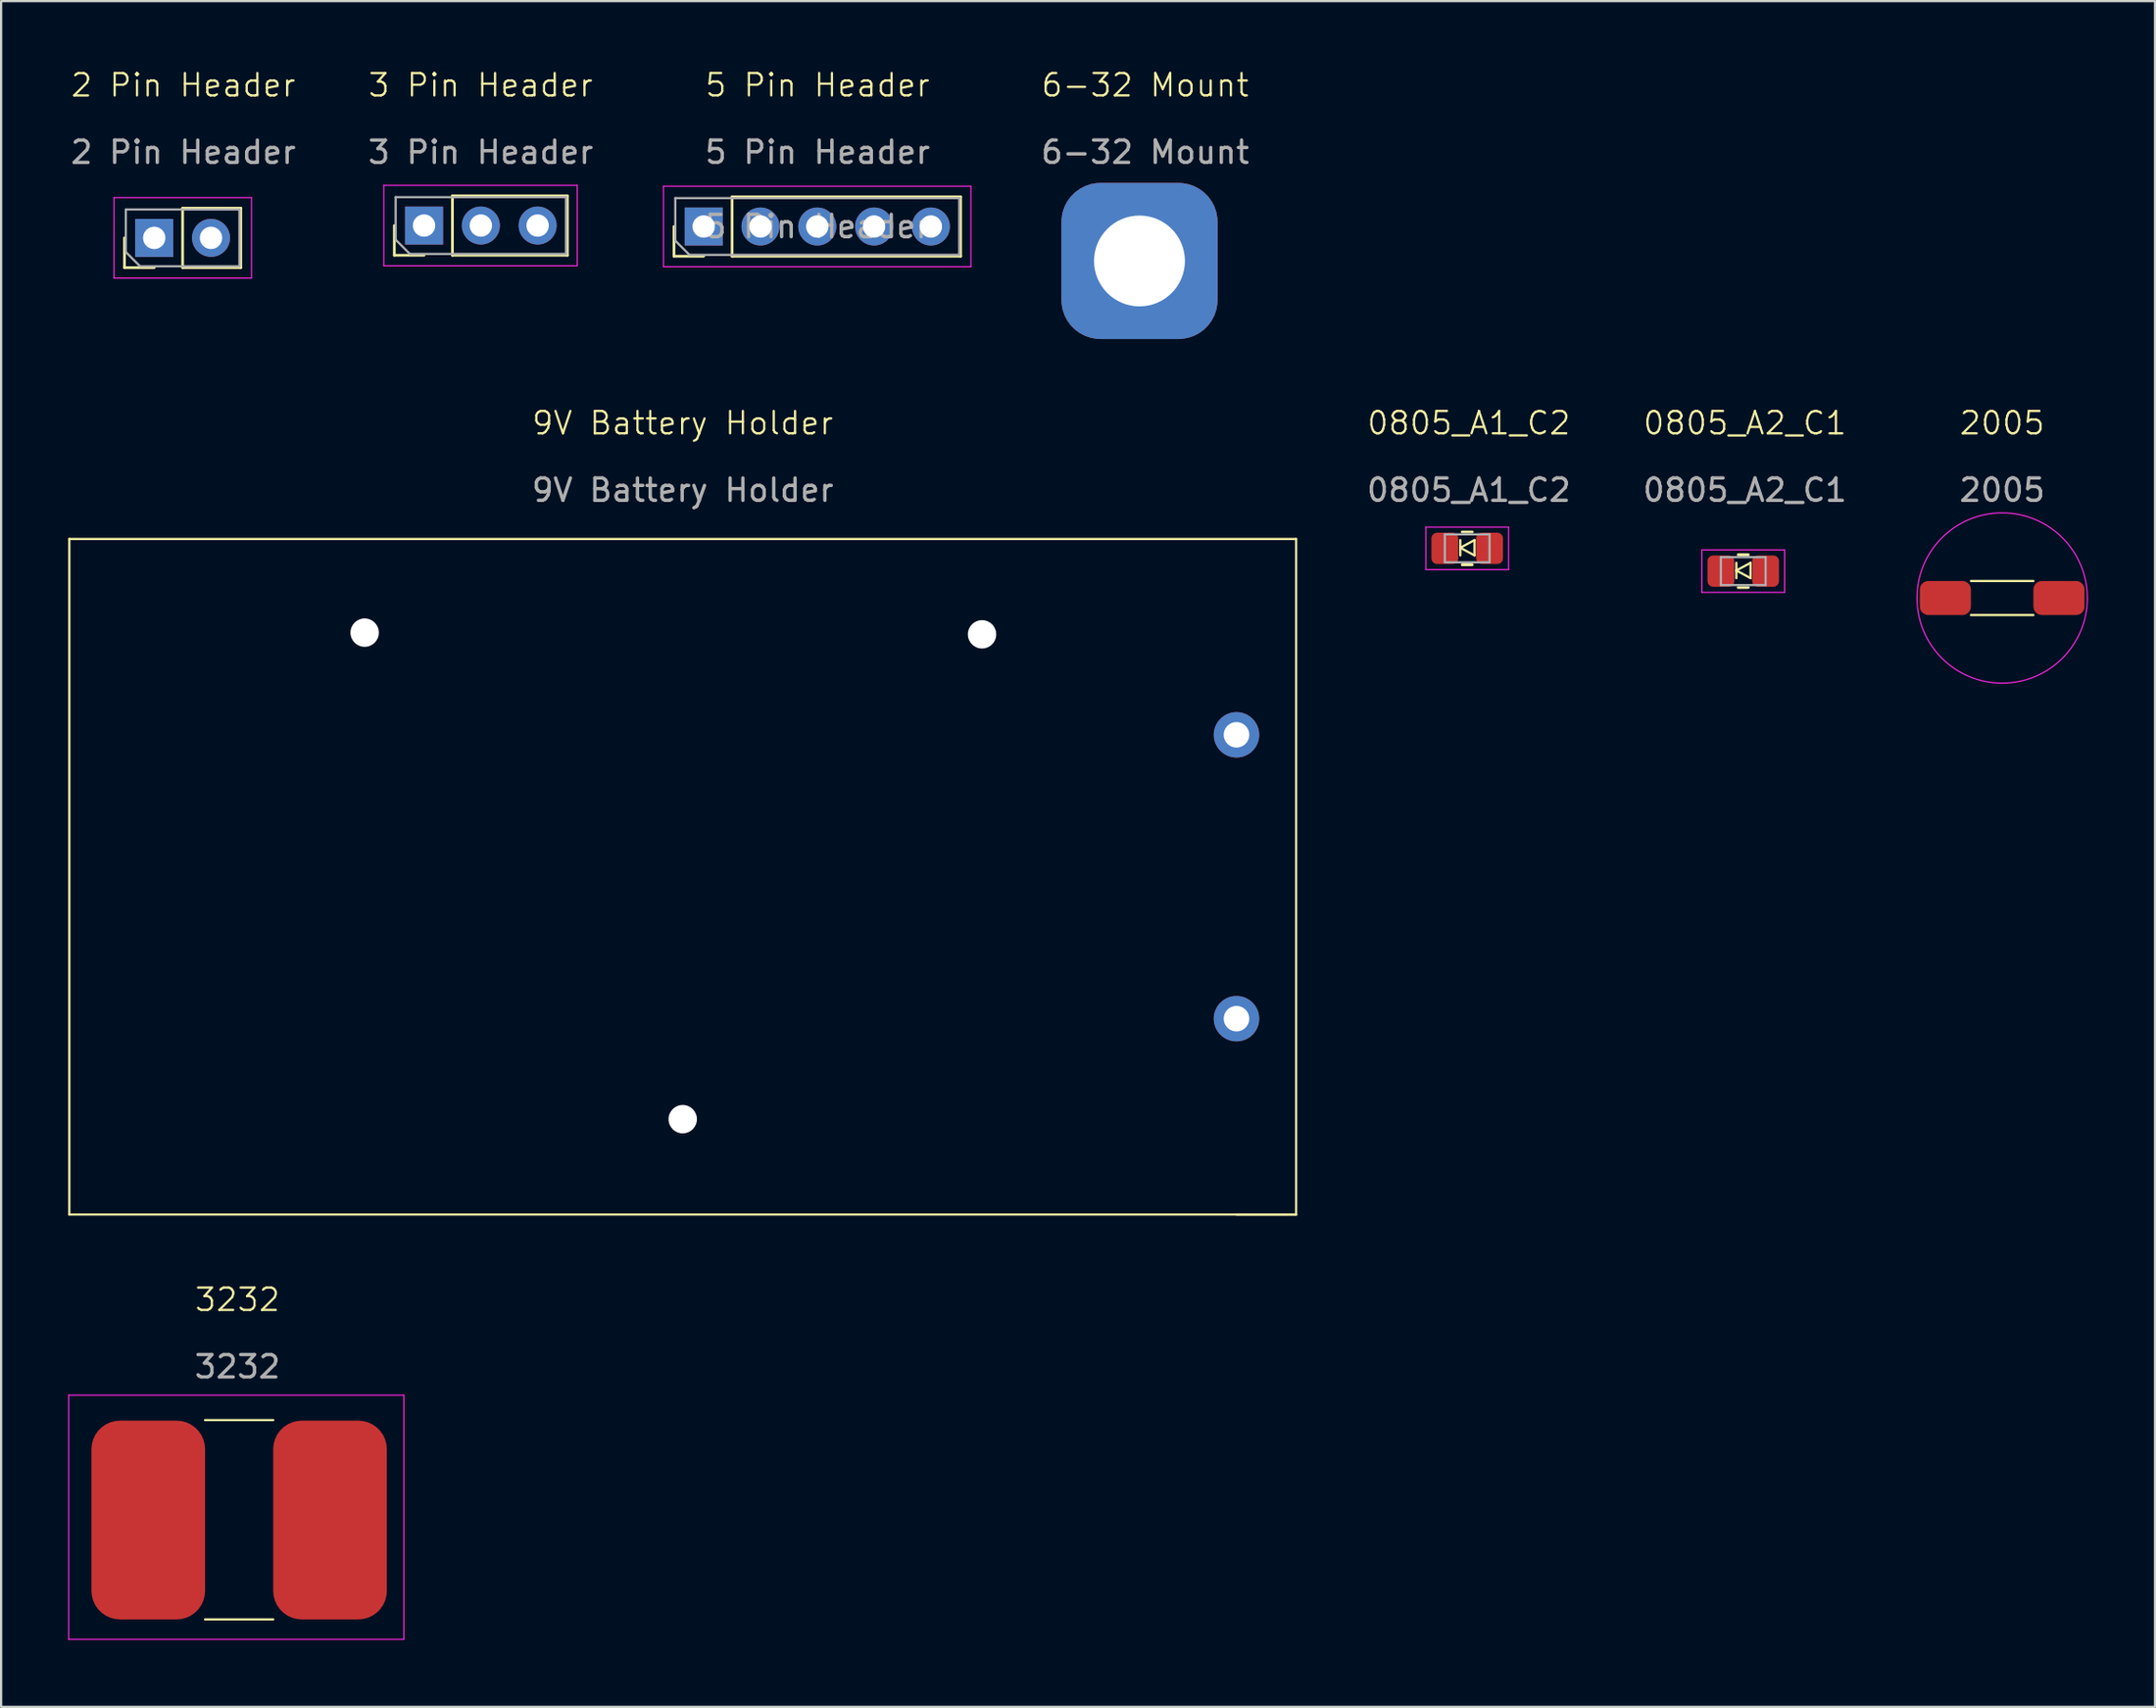
<source format=kicad_pcb>
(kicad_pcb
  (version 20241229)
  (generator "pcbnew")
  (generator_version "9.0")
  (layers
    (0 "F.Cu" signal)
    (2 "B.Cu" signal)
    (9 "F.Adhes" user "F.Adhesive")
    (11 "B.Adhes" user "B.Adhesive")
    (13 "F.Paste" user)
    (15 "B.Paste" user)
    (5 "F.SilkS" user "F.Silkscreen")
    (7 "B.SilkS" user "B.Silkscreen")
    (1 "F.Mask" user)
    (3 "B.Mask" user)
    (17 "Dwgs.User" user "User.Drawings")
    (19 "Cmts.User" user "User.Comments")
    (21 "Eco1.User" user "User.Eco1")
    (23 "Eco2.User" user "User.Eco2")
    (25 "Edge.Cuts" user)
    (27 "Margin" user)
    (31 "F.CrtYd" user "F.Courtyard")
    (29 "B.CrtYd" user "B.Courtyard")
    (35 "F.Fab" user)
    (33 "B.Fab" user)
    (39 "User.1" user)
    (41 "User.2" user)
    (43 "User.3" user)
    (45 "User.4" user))
  (footprint "3 Pin Header"
    (layer "F.Cu")
    (at 18.446 6.809)
    (property "Reference" "3 Pin Header" (at 0 -6.048 0) (unlocked yes) (layer "F.SilkS") (effects (font (size 1 1) (thickness 0.1))))
    (attr through_hole)
    (fp_line (start -3.862 1.562) (end -3.862 0.232) (stroke (width 0.12) (type solid)) (layer "F.SilkS"))
    (fp_line (start -2.532 1.562) (end -3.862 1.562) (stroke (width 0.12) (type solid)) (layer "F.SilkS"))
    (fp_line (start -1.262 -1.098) (end 3.878 -1.098) (stroke (width 0.12) (type solid)) (layer "F.SilkS"))
    (fp_line (start -1.262 1.562) (end -1.262 -1.098) (stroke (width 0.12) (type solid)) (layer "F.SilkS"))
    (fp_line (start -1.262 1.562) (end 3.878 1.562) (stroke (width 0.12) (type solid)) (layer "F.SilkS"))
    (fp_line (start 3.878 1.562) (end 3.878 -1.098) (stroke (width 0.12) (type solid)) (layer "F.SilkS"))
    (fp_line (start -4.332 -1.568) (end -4.332 2.032) (stroke (width 0.05) (type solid)) (layer "F.CrtYd"))
    (fp_line (start -4.332 2.032) (end 4.318 2.032) (stroke (width 0.05) (type solid)) (layer "F.CrtYd"))
    (fp_line (start 4.318 -1.568) (end -4.332 -1.568) (stroke (width 0.05) (type solid)) (layer "F.CrtYd"))
    (fp_line (start 4.318 2.032) (end 4.318 -1.568) (stroke (width 0.05) (type solid)) (layer "F.CrtYd"))
    (fp_line (start -3.802 -1.038) (end 3.818 -1.038) (stroke (width 0.1) (type solid)) (layer "F.Fab"))
    (fp_line (start -3.802 0.867) (end -3.802 -1.038) (stroke (width 0.1) (type solid)) (layer "F.Fab"))
    (fp_line (start -3.167 1.502) (end -3.802 0.867) (stroke (width 0.1) (type solid)) (layer "F.Fab"))
    (fp_line (start 3.818 -1.038) (end 3.818 1.502) (stroke (width 0.1) (type solid)) (layer "F.Fab"))
    (fp_line (start 3.818 1.502) (end -3.167 1.502) (stroke (width 0.1) (type solid)) (layer "F.Fab"))
    (fp_text user "${REFERENCE}" (at 0 -3.048 0) (unlocked yes) (layer "F.Fab") (effects (font (size 1 1) (thickness 0.15))))
    (pad "1" thru_hole rect (at -2.532 0.232 90) (size 1.7 1.7) (drill 1) (layers "*.Cu" "*.Mask"))
    (pad "2" thru_hole oval (at 0.008 0.232 90) (size 1.7 1.7) (drill 1) (layers "*.Cu" "*.Mask"))
    (pad "3" thru_hole oval (at 2.548 0.232 90) (size 1.7 1.7) (drill 1) (layers "*.Cu" "*.Mask")))
  (footprint "6-32 Mount"
    (layer "F.Cu")
    (at 48.163 1.26)
    (property "Reference" "6-32 Mount" (at 0 -0.5 0) (unlocked yes) (layer "F.SilkS") (effects (font (size 1 1) (thickness 0.1))))
    (attr through_hole)
    (fp_text user "${REFERENCE}" (at 0 2.5 0) (unlocked yes) (layer "F.Fab") (effects (font (size 1 1) (thickness 0.15))))
    (pad "1" thru_hole roundrect (at -0.254 7.366) (size 6.985 6.985) (drill 4.064) (layers "*.Cu" "*.Mask") (roundrect_rratio 0.25)))
  (footprint "0805_A2_C1"
    (layer "F.Cu")
    (at 74.982 22.436)
    (property "Reference" "0805_A2_C1" (at 0 -6.556 0) (unlocked yes) (layer "F.SilkS") (effects (font (size 1 1) (thickness 0.1))))
    (attr smd)
    (fp_line (start -0.381 -0.305) (end -0.381 0.381) (stroke (width 0.1) (type default)) (layer "F.SilkS"))
    (fp_line (start -0.381 0.038) (end 0.254 0.381) (stroke (width 0.1) (type default)) (layer "F.SilkS"))
    (fp_line (start -0.299 -0.669) (end 0.155 -0.669) (stroke (width 0.12) (type solid)) (layer "F.SilkS"))
    (fp_line (start -0.299 0.801) (end 0.155 0.801) (stroke (width 0.12) (type solid)) (layer "F.SilkS"))
    (fp_line (start 0.254 -0.305) (end -0.381 0.038) (stroke (width 0.1) (type default)) (layer "F.SilkS"))
    (fp_line (start 0.254 -0.305) (end 0.254 0.381) (stroke (width 0.1) (type default)) (layer "F.SilkS"))
    (fp_line (start -1.922 -0.884) (end 1.778 -0.884) (stroke (width 0.05) (type solid)) (layer "F.CrtYd"))
    (fp_line (start -1.922 1.016) (end -1.922 -0.884) (stroke (width 0.05) (type solid)) (layer "F.CrtYd"))
    (fp_line (start 1.778 -0.884) (end 1.778 1.016) (stroke (width 0.05) (type solid)) (layer "F.CrtYd"))
    (fp_line (start 1.778 1.016) (end -1.922 1.016) (stroke (width 0.05) (type solid)) (layer "F.CrtYd"))
    (fp_line (start -1.072 -0.559) (end 0.928 -0.559) (stroke (width 0.1) (type solid)) (layer "F.Fab"))
    (fp_line (start -1.072 0.691) (end -1.072 -0.559) (stroke (width 0.1) (type solid)) (layer "F.Fab"))
    (fp_line (start 0.928 -0.559) (end 0.928 0.691) (stroke (width 0.1) (type solid)) (layer "F.Fab"))
    (fp_line (start 0.928 0.691) (end -1.072 0.691) (stroke (width 0.1) (type solid)) (layer "F.Fab"))
    (fp_text user "${REFERENCE}" (at 0 -3.556 0) (unlocked yes) (layer "F.Fab") (effects (font (size 1 1) (thickness 0.15))))
    (pad "1" smd roundrect (at -1.072 0.066) (size 1.2 1.4) (layers "F.Cu" "F.Mask" "F.Paste") (roundrect_rratio 0.208))
    (pad "2" smd roundrect (at 0.928 0.066) (size 1.2 1.4) (layers "F.Cu" "F.Mask" "F.Paste") (roundrect_rratio 0.208)))
  (footprint "3232"
    (layer "F.Cu")
    (at 7.645 64.958)
    (property "Reference" "3232" (at -0.076 -9.858 0) (unlocked yes) (layer "F.SilkS") (effects (font (size 1 1) (thickness 0.1))))
    (attr smd)
    (fp_line (start 1.524 -4.47) (end -1.524 -4.47) (stroke (width 0.1) (type default)) (layer "F.SilkS"))
    (fp_line (start 1.524 4.445) (end -1.524 4.445) (stroke (width 0.1) (type default)) (layer "F.SilkS"))
    (fp_line (start -7.62 -5.588) (end 7.366 -5.588) (stroke (width 0.05) (type default)) (layer "F.CrtYd"))
    (fp_line (start -7.62 5.334) (end -7.62 -5.588) (stroke (width 0.05) (type default)) (layer "F.CrtYd"))
    (fp_line (start 7.366 -5.588) (end 7.366 5.334) (stroke (width 0.05) (type default)) (layer "F.CrtYd"))
    (fp_line (start 7.366 5.334) (end -7.62 5.334) (stroke (width 0.05) (type default)) (layer "F.CrtYd"))
    (fp_text user "${REFERENCE}" (at -0.076 -6.858 0) (unlocked yes) (layer "F.Fab") (effects (font (size 1 1) (thickness 0.15))))
    (pad "1" smd roundrect (at 4.064 0) (size 5.08 8.89) (layers "F.Cu" "F.Mask" "F.Paste") (roundrect_rratio 0.25))
    (pad "2" smd roundrect (at -4.064 0) (size 5.08 8.89) (layers "F.Cu" "F.Mask" "F.Paste") (roundrect_rratio 0.25)))
  (footprint "0805_A1_C2"
    (layer "F.Cu")
    (at 62.637 21.419)
    (property "Reference" "0805_A1_C2" (at 0 -5.54 0) (unlocked yes) (layer "F.SilkS") (effects (font (size 1 1) (thickness 0.1))))
    (attr smd)
    (fp_line (start -0.381 -0.305) (end -0.381 0.381) (stroke (width 0.1) (type default)) (layer "F.SilkS"))
    (fp_line (start -0.381 0.038) (end 0.254 0.381) (stroke (width 0.1) (type default)) (layer "F.SilkS"))
    (fp_line (start -0.299 -0.669) (end 0.155 -0.669) (stroke (width 0.12) (type solid)) (layer "F.SilkS"))
    (fp_line (start -0.299 0.801) (end 0.155 0.801) (stroke (width 0.12) (type solid)) (layer "F.SilkS"))
    (fp_line (start 0.254 -0.305) (end -0.381 0.038) (stroke (width 0.1) (type default)) (layer "F.SilkS"))
    (fp_line (start 0.254 -0.305) (end 0.254 0.381) (stroke (width 0.1) (type default)) (layer "F.SilkS"))
    (fp_line (start -1.922 -0.884) (end 1.778 -0.884) (stroke (width 0.05) (type solid)) (layer "F.CrtYd"))
    (fp_line (start -1.922 1.016) (end -1.922 -0.884) (stroke (width 0.05) (type solid)) (layer "F.CrtYd"))
    (fp_line (start 1.778 -0.884) (end 1.778 1.016) (stroke (width 0.05) (type solid)) (layer "F.CrtYd"))
    (fp_line (start 1.778 1.016) (end -1.922 1.016) (stroke (width 0.05) (type solid)) (layer "F.CrtYd"))
    (fp_line (start -1.072 -0.559) (end 0.928 -0.559) (stroke (width 0.1) (type solid)) (layer "F.Fab"))
    (fp_line (start -1.072 0.691) (end -1.072 -0.559) (stroke (width 0.1) (type solid)) (layer "F.Fab"))
    (fp_line (start 0.928 -0.559) (end 0.928 0.691) (stroke (width 0.1) (type solid)) (layer "F.Fab"))
    (fp_line (start 0.928 0.691) (end -1.072 0.691) (stroke (width 0.1) (type solid)) (layer "F.Fab"))
    (fp_text user "${REFERENCE}" (at 0 -2.54 0) (unlocked yes) (layer "F.Fab") (effects (font (size 1 1) (thickness 0.15))))
    (pad "1" smd roundrect (at 0.928 0.066) (size 1.2 1.4) (layers "F.Cu" "F.Mask" "F.Paste") (roundrect_rratio 0.208))
    (pad "2" smd roundrect (at -1.072 0.066) (size 1.2 1.4) (layers "F.Cu" "F.Mask" "F.Paste") (roundrect_rratio 0.208)))
  (footprint "9V Battery Holder"
    (layer "F.Cu")
    (at 27.482 36.177)
    (property "Reference" "9V Battery Holder" (at 0 -20.297 0) (unlocked yes) (layer "F.SilkS") (effects (font (size 1 1) (thickness 0.1))))
    (attr through_hole)
    (fp_line (start -27.432 15.113) (end -27.432 -15.113) (stroke (width 0.1) (type default)) (layer "F.SilkS"))
    (fp_line (start 27.432 -15.113) (end -27.432 -15.113) (stroke (width 0.1) (type default)) (layer "F.SilkS"))
    (fp_line (start 27.432 -15.113) (end 27.432 15.113) (stroke (width 0.1) (type default)) (layer "F.SilkS"))
    (fp_line (start 27.432 15.113) (end -27.432 15.113) (stroke (width 0.1) (type default)) (layer "F.SilkS"))
    (fp_line (start 27.432 15.113) (end 24.765 15.113) (stroke (width 0.1) (type default)) (layer "F.SilkS"))
    (fp_text user "${REFERENCE}" (at 0 -17.297 0) (unlocked yes) (layer "F.Fab") (effects (font (size 1 1) (thickness 0.15))))
    (pad "" np_thru_hole circle (at -14.224 -10.922) (size 1.27 1.27) (drill 2.54) (layers "*.Cu" "*.Mask"))
    (pad "" np_thru_hole circle (at 0 10.846) (size 1.27 1.27) (drill 2.54) (layers "*.Cu" "*.Mask"))
    (pad "" np_thru_hole circle (at 13.386 -10.846) (size 1.27 1.27) (drill 2.54) (layers "*.Cu" "*.Mask"))
    (pad "1" thru_hole circle (at 24.765 6.35) (size 2.032 2.032) (drill 1.143) (layers "*.Cu" "*.Mask"))
    (pad "2" thru_hole circle (at 24.765 -6.35) (size 2.032 2.032) (drill 1.143) (layers "*.Cu" "*.Mask")))
  (footprint "2005"
    (layer "F.Cu")
    (at 86.489 23.706)
    (property "Reference" "2005" (at 0 -7.826 0) (unlocked yes) (layer "F.SilkS") (effects (font (size 1 1) (thickness 0.1))))
    (attr smd)
    (fp_line (start -1.397 -0.762) (end 1.397 -0.762) (stroke (width 0.1) (type default)) (layer "F.SilkS"))
    (fp_line (start 1.397 0.762) (end -1.397 0.762) (stroke (width 0.1) (type default)) (layer "F.SilkS"))
    (fp_circle (center 0 0) (end 3.81 0) (stroke (width 0.05) (type default)) (fill no) (layer "F.CrtYd"))
    (fp_text user "${REFERENCE}" (at 0 -4.826 0) (unlocked yes) (layer "F.Fab") (effects (font (size 1 1) (thickness 0.15))))
    (pad "1" smd roundrect (at -2.54 0) (size 2.286 1.524) (layers "F.Cu" "F.Mask" "F.Paste") (roundrect_rratio 0.25))
    (pad "2" smd roundrect (at 2.54 0) (size 2.286 1.524) (layers "F.Cu" "F.Mask" "F.Paste") (roundrect_rratio 0.25)))
  (footprint "5 Pin Header"
    (layer "F.Cu")
    (at 33.512 7.062)
    (property "Reference" "5 Pin Header" (at 0 -6.302 0) (unlocked yes) (layer "F.SilkS") (effects (font (size 1 1) (thickness 0.1))))
    (attr through_hole)
    (fp_line (start -6.422 1.352) (end -6.422 0.022) (stroke (width 0.12) (type solid)) (layer "F.SilkS"))
    (fp_line (start -5.092 1.352) (end -6.422 1.352) (stroke (width 0.12) (type solid)) (layer "F.SilkS"))
    (fp_line (start -3.822 -1.308) (end 6.398 -1.308) (stroke (width 0.12) (type solid)) (layer "F.SilkS"))
    (fp_line (start -3.822 1.352) (end -3.822 -1.308) (stroke (width 0.12) (type solid)) (layer "F.SilkS"))
    (fp_line (start -3.822 1.352) (end 6.398 1.352) (stroke (width 0.12) (type solid)) (layer "F.SilkS"))
    (fp_line (start 6.398 1.352) (end 6.398 -1.308) (stroke (width 0.12) (type solid)) (layer "F.SilkS"))
    (fp_line (start -6.892 -1.778) (end -6.892 1.822) (stroke (width 0.05) (type solid)) (layer "F.CrtYd"))
    (fp_line (start -6.892 1.822) (end 6.858 1.822) (stroke (width 0.05) (type solid)) (layer "F.CrtYd"))
    (fp_line (start 6.858 -1.778) (end -6.892 -1.778) (stroke (width 0.05) (type solid)) (layer "F.CrtYd"))
    (fp_line (start 6.858 1.822) (end 6.858 -1.778) (stroke (width 0.05) (type solid)) (layer "F.CrtYd"))
    (fp_line (start -6.362 -1.248) (end 6.338 -1.248) (stroke (width 0.1) (type solid)) (layer "F.Fab"))
    (fp_line (start -6.362 0.657) (end -6.362 -1.248) (stroke (width 0.1) (type solid)) (layer "F.Fab"))
    (fp_line (start -5.727 1.292) (end -6.362 0.657) (stroke (width 0.1) (type solid)) (layer "F.Fab"))
    (fp_line (start 6.338 -1.248) (end 6.338 1.292) (stroke (width 0.1) (type solid)) (layer "F.Fab"))
    (fp_line (start 6.338 1.292) (end -5.727 1.292) (stroke (width 0.1) (type solid)) (layer "F.Fab"))
    (fp_text user "${REFERENCE}" (at 0 -3.302 0) (unlocked yes) (layer "F.Fab") (effects (font (size 1 1) (thickness 0.15))))
    (fp_text user "${REFERENCE}" (at -0.012 0.022 180) (layer "F.Fab") (effects (font (size 1 1) (thickness 0.15))))
    (pad "1" thru_hole rect (at -5.092 0.022 90) (size 1.7 1.7) (drill 1) (layers "*.Cu" "*.Mask"))
    (pad "2" thru_hole oval (at -2.552 0.022 90) (size 1.7 1.7) (drill 1) (layers "*.Cu" "*.Mask"))
    (pad "3" thru_hole oval (at -0.012 0.022 90) (size 1.7 1.7) (drill 1) (layers "*.Cu" "*.Mask"))
    (pad "4" thru_hole oval (at 2.528 0.022 90) (size 1.7 1.7) (drill 1) (layers "*.Cu" "*.Mask"))
    (pad "5" thru_hole oval (at 5.068 0.022 90) (size 1.7 1.7) (drill 1) (layers "*.Cu" "*.Mask")))
  (footprint "2 Pin Header"
    (layer "F.Cu")
    (at 5.149 7.571)
    (property "Reference" "2 Pin Header" (at 0 -6.81 0) (unlocked yes) (layer "F.SilkS") (effects (font (size 1 1) (thickness 0.1))))
    (attr through_hole)
    (fp_line (start -2.632 1.352) (end -2.632 0.022) (stroke (width 0.12) (type solid)) (layer "F.SilkS"))
    (fp_line (start -1.302 1.352) (end -2.632 1.352) (stroke (width 0.12) (type solid)) (layer "F.SilkS"))
    (fp_line (start -0.032 -1.308) (end 2.568 -1.308) (stroke (width 0.12) (type solid)) (layer "F.SilkS"))
    (fp_line (start -0.032 1.352) (end -0.032 -1.308) (stroke (width 0.12) (type solid)) (layer "F.SilkS"))
    (fp_line (start -0.032 1.352) (end 2.568 1.352) (stroke (width 0.12) (type solid)) (layer "F.SilkS"))
    (fp_line (start 2.568 1.352) (end 2.568 -1.308) (stroke (width 0.12) (type solid)) (layer "F.SilkS"))
    (fp_line (start -3.102 -1.778) (end -3.102 1.822) (stroke (width 0.05) (type solid)) (layer "F.CrtYd"))
    (fp_line (start -3.102 1.822) (end 3.048 1.822) (stroke (width 0.05) (type solid)) (layer "F.CrtYd"))
    (fp_line (start 3.048 -1.778) (end -3.102 -1.778) (stroke (width 0.05) (type solid)) (layer "F.CrtYd"))
    (fp_line (start 3.048 1.822) (end 3.048 -1.778) (stroke (width 0.05) (type solid)) (layer "F.CrtYd"))
    (fp_line (start -2.572 -1.248) (end 2.508 -1.248) (stroke (width 0.1) (type solid)) (layer "F.Fab"))
    (fp_line (start -2.572 0.657) (end -2.572 -1.248) (stroke (width 0.1) (type solid)) (layer "F.Fab"))
    (fp_line (start -1.937 1.292) (end -2.572 0.657) (stroke (width 0.1) (type solid)) (layer "F.Fab"))
    (fp_line (start 2.508 -1.248) (end 2.508 1.292) (stroke (width 0.1) (type solid)) (layer "F.Fab"))
    (fp_line (start 2.508 1.292) (end -1.937 1.292) (stroke (width 0.1) (type solid)) (layer "F.Fab"))
    (fp_text user "${REFERENCE}" (at 0 -3.81 0) (unlocked yes) (layer "F.Fab") (effects (font (size 1 1) (thickness 0.15))))
    (pad "1" thru_hole rect (at -1.302 0.022 90) (size 1.7 1.7) (drill 1) (layers "*.Cu" "*.Mask"))
    (pad "2" thru_hole oval (at 1.238 0.022 90) (size 1.7 1.7) (drill 1) (layers "*.Cu" "*.Mask")))
  (gr_rect
    (start -3 -3)
    (end 93.324 73.317)
    (stroke (width 0.1) (type default))
    (fill no)
    (layer "Edge.Cuts")))
</source>
